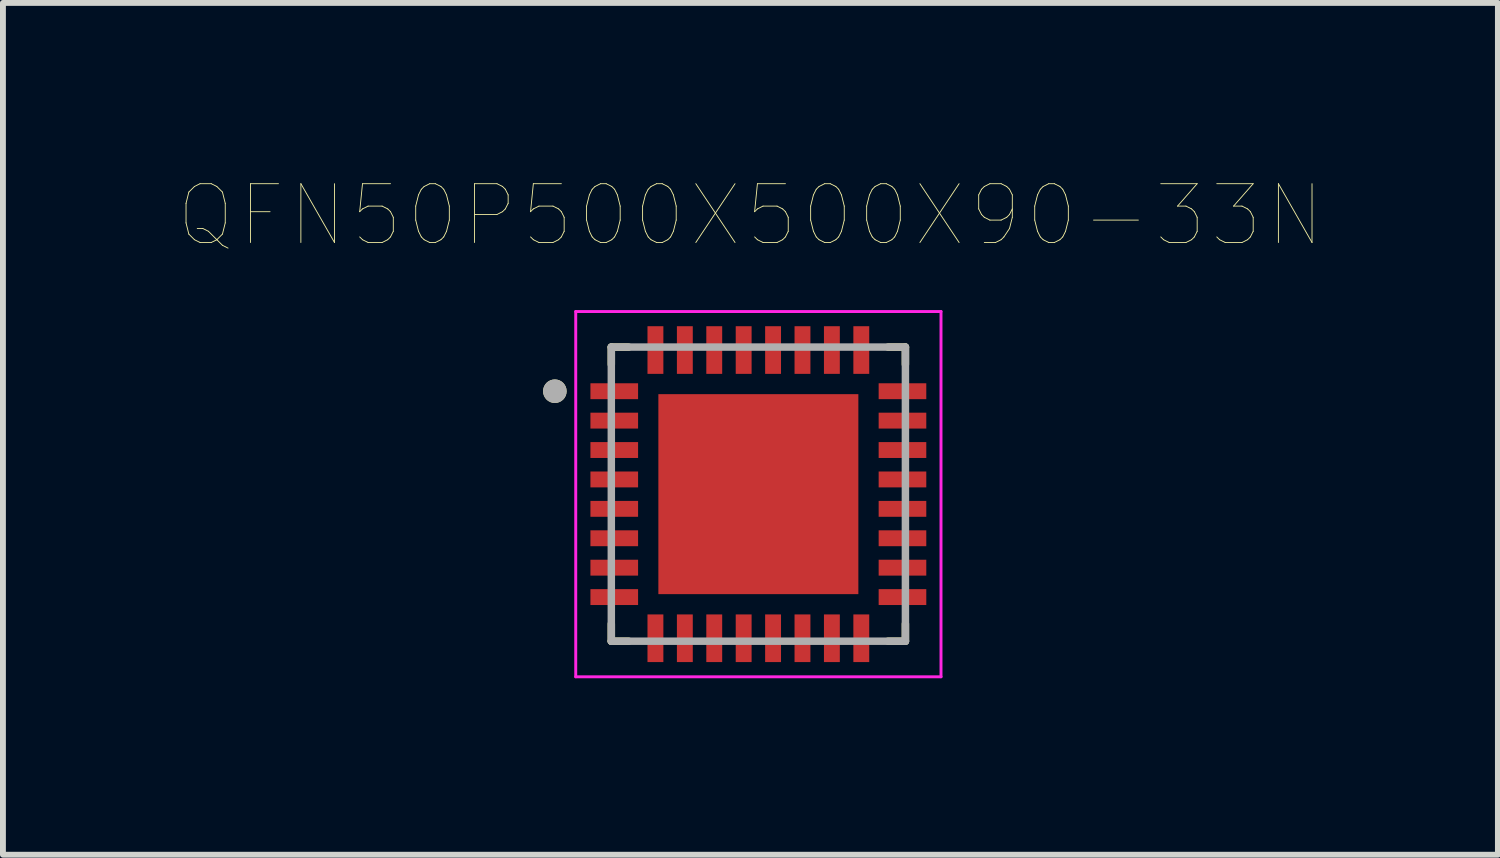
<source format=kicad_pcb>
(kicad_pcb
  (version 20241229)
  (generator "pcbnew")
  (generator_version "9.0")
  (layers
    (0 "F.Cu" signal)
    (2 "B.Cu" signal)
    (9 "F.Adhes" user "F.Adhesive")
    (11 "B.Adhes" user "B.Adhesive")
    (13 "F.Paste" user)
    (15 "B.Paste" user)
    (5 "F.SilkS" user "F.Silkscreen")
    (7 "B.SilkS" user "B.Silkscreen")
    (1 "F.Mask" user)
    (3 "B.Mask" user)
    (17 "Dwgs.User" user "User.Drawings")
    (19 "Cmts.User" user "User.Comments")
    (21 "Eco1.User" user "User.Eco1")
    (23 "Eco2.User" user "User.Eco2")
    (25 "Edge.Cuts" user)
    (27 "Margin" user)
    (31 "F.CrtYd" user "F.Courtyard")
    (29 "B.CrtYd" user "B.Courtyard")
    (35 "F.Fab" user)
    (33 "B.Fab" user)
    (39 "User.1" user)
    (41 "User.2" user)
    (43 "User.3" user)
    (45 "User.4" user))
  (footprint "QFN50P500X500X90-33N"
    (layer "F.Cu")
    (at 9.843 5.351)
    (property "Reference" "QFN50P500X500X90-33N" (at -0.135 -4.74 0) (layer "F.SilkS") (effects (font (size 1 1) (thickness 0.015))))
    (attr through_hole)
    (fp_line (start -2.5 -2.5) (end -2.5 -2.205) (stroke (width 0.127) (type solid)) (layer "F.SilkS"))
    (fp_line (start -2.5 -2.5) (end -2.205 -2.5) (stroke (width 0.127) (type solid)) (layer "F.SilkS"))
    (fp_line (start -2.5 2.5) (end -2.5 2.205) (stroke (width 0.127) (type solid)) (layer "F.SilkS"))
    (fp_line (start -2.5 2.5) (end -2.205 2.5) (stroke (width 0.127) (type solid)) (layer "F.SilkS"))
    (fp_line (start 2.5 -2.5) (end 2.205 -2.5) (stroke (width 0.127) (type solid)) (layer "F.SilkS"))
    (fp_line (start 2.5 -2.5) (end 2.5 -2.205) (stroke (width 0.127) (type solid)) (layer "F.SilkS"))
    (fp_line (start 2.5 2.5) (end 2.205 2.5) (stroke (width 0.127) (type solid)) (layer "F.SilkS"))
    (fp_line (start 2.5 2.5) (end 2.5 2.205) (stroke (width 0.127) (type solid)) (layer "F.SilkS"))
    (fp_circle (center -3.46 -1.75) (end -3.36 -1.75) (stroke (width 0.2) (type solid)) (fill no) (layer "F.SilkS"))
    (fp_poly (pts (xy -1.08 -1.08) (xy 1.08 -1.08) (xy 1.08 1.08) (xy -1.08 1.08)) (stroke (width 0.01) (type solid)) (fill yes) (layer "F.Paste"))
    (fp_line (start -3.105 -3.105) (end 3.105 -3.105) (stroke (width 0.05) (type solid)) (layer "F.CrtYd"))
    (fp_line (start -3.105 3.105) (end -3.105 -3.105) (stroke (width 0.05) (type solid)) (layer "F.CrtYd"))
    (fp_line (start -3.105 3.105) (end 3.105 3.105) (stroke (width 0.05) (type solid)) (layer "F.CrtYd"))
    (fp_line (start 3.105 3.105) (end 3.105 -3.105) (stroke (width 0.05) (type solid)) (layer "F.CrtYd"))
    (fp_line (start -2.5 2.5) (end -2.5 -2.5) (stroke (width 0.127) (type solid)) (layer "F.Fab"))
    (fp_line (start 2.5 -2.5) (end -2.5 -2.5) (stroke (width 0.127) (type solid)) (layer "F.Fab"))
    (fp_line (start 2.5 2.5) (end -2.5 2.5) (stroke (width 0.127) (type solid)) (layer "F.Fab"))
    (fp_line (start 2.5 2.5) (end 2.5 -2.5) (stroke (width 0.127) (type solid)) (layer "F.Fab"))
    (fp_circle (center -3.46 -1.75) (end -3.36 -1.75) (stroke (width 0.2) (type solid)) (fill no) (layer "F.Fab"))
    (pad "1" smd rect (at -2.45 -1.75) (size 0.81 0.27) (layers "F.Cu" "F.Mask" "F.Paste"))
    (pad "2" smd rect (at -2.45 -1.25) (size 0.81 0.27) (layers "F.Cu" "F.Mask" "F.Paste"))
    (pad "3" smd rect (at -2.45 -0.75) (size 0.81 0.27) (layers "F.Cu" "F.Mask" "F.Paste"))
    (pad "4" smd rect (at -2.45 -0.25) (size 0.81 0.27) (layers "F.Cu" "F.Mask" "F.Paste"))
    (pad "5" smd rect (at -2.45 0.25) (size 0.81 0.27) (layers "F.Cu" "F.Mask" "F.Paste"))
    (pad "6" smd rect (at -2.45 0.75) (size 0.81 0.27) (layers "F.Cu" "F.Mask" "F.Paste"))
    (pad "7" smd rect (at -2.45 1.25) (size 0.81 0.27) (layers "F.Cu" "F.Mask" "F.Paste"))
    (pad "8" smd rect (at -2.45 1.75) (size 0.81 0.27) (layers "F.Cu" "F.Mask" "F.Paste"))
    (pad "9" smd rect (at -1.75 2.45) (size 0.27 0.81) (layers "F.Cu" "F.Mask" "F.Paste"))
    (pad "10" smd rect (at -1.25 2.45) (size 0.27 0.81) (layers "F.Cu" "F.Mask" "F.Paste"))
    (pad "11" smd rect (at -0.75 2.45) (size 0.27 0.81) (layers "F.Cu" "F.Mask" "F.Paste"))
    (pad "12" smd rect (at -0.25 2.45) (size 0.27 0.81) (layers "F.Cu" "F.Mask" "F.Paste"))
    (pad "13" smd rect (at 0.25 2.45) (size 0.27 0.81) (layers "F.Cu" "F.Mask" "F.Paste"))
    (pad "14" smd rect (at 0.75 2.45) (size 0.27 0.81) (layers "F.Cu" "F.Mask" "F.Paste"))
    (pad "15" smd rect (at 1.25 2.45) (size 0.27 0.81) (layers "F.Cu" "F.Mask" "F.Paste"))
    (pad "16" smd rect (at 1.75 2.45) (size 0.27 0.81) (layers "F.Cu" "F.Mask" "F.Paste"))
    (pad "17" smd rect (at 2.45 1.75) (size 0.81 0.27) (layers "F.Cu" "F.Mask" "F.Paste"))
    (pad "18" smd rect (at 2.45 1.25) (size 0.81 0.27) (layers "F.Cu" "F.Mask" "F.Paste"))
    (pad "19" smd rect (at 2.45 0.75) (size 0.81 0.27) (layers "F.Cu" "F.Mask" "F.Paste"))
    (pad "20" smd rect (at 2.45 0.25) (size 0.81 0.27) (layers "F.Cu" "F.Mask" "F.Paste"))
    (pad "21" smd rect (at 2.45 -0.25) (size 0.81 0.27) (layers "F.Cu" "F.Mask" "F.Paste"))
    (pad "22" smd rect (at 2.45 -0.75) (size 0.81 0.27) (layers "F.Cu" "F.Mask" "F.Paste"))
    (pad "23" smd rect (at 2.45 -1.25) (size 0.81 0.27) (layers "F.Cu" "F.Mask" "F.Paste"))
    (pad "24" smd rect (at 2.45 -1.75) (size 0.81 0.27) (layers "F.Cu" "F.Mask" "F.Paste"))
    (pad "25" smd rect (at 1.75 -2.45) (size 0.27 0.81) (layers "F.Cu" "F.Mask" "F.Paste"))
    (pad "26" smd rect (at 1.25 -2.45) (size 0.27 0.81) (layers "F.Cu" "F.Mask" "F.Paste"))
    (pad "27" smd rect (at 0.75 -2.45) (size 0.27 0.81) (layers "F.Cu" "F.Mask" "F.Paste"))
    (pad "28" smd rect (at 0.25 -2.45) (size 0.27 0.81) (layers "F.Cu" "F.Mask" "F.Paste"))
    (pad "29" smd rect (at -0.25 -2.45) (size 0.27 0.81) (layers "F.Cu" "F.Mask" "F.Paste"))
    (pad "30" smd rect (at -0.75 -2.45) (size 0.27 0.81) (layers "F.Cu" "F.Mask" "F.Paste"))
    (pad "31" smd rect (at -1.25 -2.45) (size 0.27 0.81) (layers "F.Cu" "F.Mask" "F.Paste"))
    (pad "32" smd rect (at -1.75 -2.45) (size 0.27 0.81) (layers "F.Cu" "F.Mask" "F.Paste"))
    (pad "33" smd rect (at 0 0) (size 3.4 3.4) (layers "F.Cu" "F.Mask")))
  (gr_rect
    (start -3 -3)
    (end 22.416 11.481)
    (stroke (width 0.1) (type default))
    (fill no)
    (layer "Edge.Cuts")))
</source>
